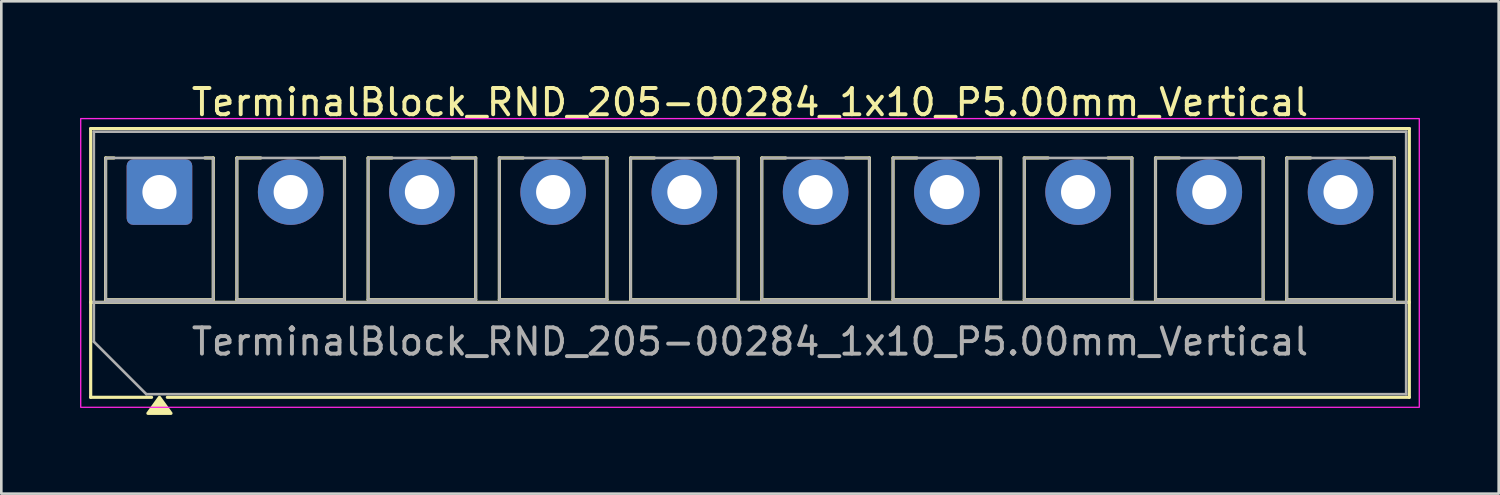
<source format=kicad_pcb>
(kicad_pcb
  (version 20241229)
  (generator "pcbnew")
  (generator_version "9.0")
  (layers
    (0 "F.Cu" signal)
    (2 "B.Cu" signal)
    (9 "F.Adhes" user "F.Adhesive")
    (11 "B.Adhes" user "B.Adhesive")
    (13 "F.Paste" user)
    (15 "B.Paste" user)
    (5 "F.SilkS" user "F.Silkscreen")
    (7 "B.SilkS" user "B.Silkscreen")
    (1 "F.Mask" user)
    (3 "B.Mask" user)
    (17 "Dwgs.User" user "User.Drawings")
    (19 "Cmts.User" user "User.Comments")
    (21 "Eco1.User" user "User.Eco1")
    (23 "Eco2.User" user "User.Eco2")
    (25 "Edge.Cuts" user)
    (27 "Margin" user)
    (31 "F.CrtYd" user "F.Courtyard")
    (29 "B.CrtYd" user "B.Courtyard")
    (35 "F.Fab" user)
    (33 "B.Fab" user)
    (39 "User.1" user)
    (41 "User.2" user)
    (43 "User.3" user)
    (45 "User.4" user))
  (footprint "TerminalBlock_RND_205-00284_1x10_P5.00mm_Vertical"
    (layer "F.Cu")
    (at 3.025 4.268)
    (property "Reference" "TerminalBlock_RND_205-00284_1x10_P5.00mm_Vertical" (at 22.5 -3.42 0) (layer "F.SilkS") (effects (font (size 1 1) (thickness 0.15))))
    (attr through_hole)
    (fp_line (start -2.62 -2.42) (end 47.62 -2.42) (stroke (width 0.12) (type solid)) (layer "F.SilkS"))
    (fp_line (start -2.62 4.2) (end 47.62 4.2) (stroke (width 0.12) (type solid)) (layer "F.SilkS"))
    (fp_line (start -2.62 7.82) (end -2.62 -2.42) (stroke (width 0.12) (type solid)) (layer "F.SilkS"))
    (fp_line (start -2.05 -1.3) (end -1.73 -1.3) (stroke (width 0.12) (type solid)) (layer "F.SilkS"))
    (fp_line (start -2.05 4.1) (end -2.05 -1.3) (stroke (width 0.12) (type solid)) (layer "F.SilkS"))
    (fp_line (start -0.3 7.82) (end -2.62 7.82) (stroke (width 0.12) (type solid)) (layer "F.SilkS"))
    (fp_line (start 1.73 -1.3) (end 2.05 -1.3) (stroke (width 0.12) (type solid)) (layer "F.SilkS"))
    (fp_line (start 2.05 -1.3) (end 2.05 4.1) (stroke (width 0.12) (type solid)) (layer "F.SilkS"))
    (fp_line (start 2.05 4.1) (end -2.05 4.1) (stroke (width 0.12) (type solid)) (layer "F.SilkS"))
    (fp_line (start 2.95 -1.3) (end 3.859 -1.3) (stroke (width 0.12) (type solid)) (layer "F.SilkS"))
    (fp_line (start 2.95 4.1) (end 2.95 -1.3) (stroke (width 0.12) (type solid)) (layer "F.SilkS"))
    (fp_line (start 6.141 -1.3) (end 7.05 -1.3) (stroke (width 0.12) (type solid)) (layer "F.SilkS"))
    (fp_line (start 7.05 -1.3) (end 7.05 4.1) (stroke (width 0.12) (type solid)) (layer "F.SilkS"))
    (fp_line (start 7.05 4.1) (end 2.95 4.1) (stroke (width 0.12) (type solid)) (layer "F.SilkS"))
    (fp_line (start 7.95 -1.3) (end 8.859 -1.3) (stroke (width 0.12) (type solid)) (layer "F.SilkS"))
    (fp_line (start 7.95 4.1) (end 7.95 -1.3) (stroke (width 0.12) (type solid)) (layer "F.SilkS"))
    (fp_line (start 11.141 -1.3) (end 12.05 -1.3) (stroke (width 0.12) (type solid)) (layer "F.SilkS"))
    (fp_line (start 12.05 -1.3) (end 12.05 4.1) (stroke (width 0.12) (type solid)) (layer "F.SilkS"))
    (fp_line (start 12.05 4.1) (end 7.95 4.1) (stroke (width 0.12) (type solid)) (layer "F.SilkS"))
    (fp_line (start 12.95 -1.3) (end 13.859 -1.3) (stroke (width 0.12) (type solid)) (layer "F.SilkS"))
    (fp_line (start 12.95 4.1) (end 12.95 -1.3) (stroke (width 0.12) (type solid)) (layer "F.SilkS"))
    (fp_line (start 16.141 -1.3) (end 17.05 -1.3) (stroke (width 0.12) (type solid)) (layer "F.SilkS"))
    (fp_line (start 17.05 -1.3) (end 17.05 4.1) (stroke (width 0.12) (type solid)) (layer "F.SilkS"))
    (fp_line (start 17.05 4.1) (end 12.95 4.1) (stroke (width 0.12) (type solid)) (layer "F.SilkS"))
    (fp_line (start 17.95 -1.3) (end 18.859 -1.3) (stroke (width 0.12) (type solid)) (layer "F.SilkS"))
    (fp_line (start 17.95 4.1) (end 17.95 -1.3) (stroke (width 0.12) (type solid)) (layer "F.SilkS"))
    (fp_line (start 21.141 -1.3) (end 22.05 -1.3) (stroke (width 0.12) (type solid)) (layer "F.SilkS"))
    (fp_line (start 22.05 -1.3) (end 22.05 4.1) (stroke (width 0.12) (type solid)) (layer "F.SilkS"))
    (fp_line (start 22.05 4.1) (end 17.95 4.1) (stroke (width 0.12) (type solid)) (layer "F.SilkS"))
    (fp_line (start 22.95 -1.3) (end 23.859 -1.3) (stroke (width 0.12) (type solid)) (layer "F.SilkS"))
    (fp_line (start 22.95 4.1) (end 22.95 -1.3) (stroke (width 0.12) (type solid)) (layer "F.SilkS"))
    (fp_line (start 26.141 -1.3) (end 27.05 -1.3) (stroke (width 0.12) (type solid)) (layer "F.SilkS"))
    (fp_line (start 27.05 -1.3) (end 27.05 4.1) (stroke (width 0.12) (type solid)) (layer "F.SilkS"))
    (fp_line (start 27.05 4.1) (end 22.95 4.1) (stroke (width 0.12) (type solid)) (layer "F.SilkS"))
    (fp_line (start 27.95 -1.3) (end 28.859 -1.3) (stroke (width 0.12) (type solid)) (layer "F.SilkS"))
    (fp_line (start 27.95 4.1) (end 27.95 -1.3) (stroke (width 0.12) (type solid)) (layer "F.SilkS"))
    (fp_line (start 31.141 -1.3) (end 32.05 -1.3) (stroke (width 0.12) (type solid)) (layer "F.SilkS"))
    (fp_line (start 32.05 -1.3) (end 32.05 4.1) (stroke (width 0.12) (type solid)) (layer "F.SilkS"))
    (fp_line (start 32.05 4.1) (end 27.95 4.1) (stroke (width 0.12) (type solid)) (layer "F.SilkS"))
    (fp_line (start 32.95 -1.3) (end 33.859 -1.3) (stroke (width 0.12) (type solid)) (layer "F.SilkS"))
    (fp_line (start 32.95 4.1) (end 32.95 -1.3) (stroke (width 0.12) (type solid)) (layer "F.SilkS"))
    (fp_line (start 36.141 -1.3) (end 37.05 -1.3) (stroke (width 0.12) (type solid)) (layer "F.SilkS"))
    (fp_line (start 37.05 -1.3) (end 37.05 4.1) (stroke (width 0.12) (type solid)) (layer "F.SilkS"))
    (fp_line (start 37.05 4.1) (end 32.95 4.1) (stroke (width 0.12) (type solid)) (layer "F.SilkS"))
    (fp_line (start 37.95 -1.3) (end 38.859 -1.3) (stroke (width 0.12) (type solid)) (layer "F.SilkS"))
    (fp_line (start 37.95 4.1) (end 37.95 -1.3) (stroke (width 0.12) (type solid)) (layer "F.SilkS"))
    (fp_line (start 41.141 -1.3) (end 42.05 -1.3) (stroke (width 0.12) (type solid)) (layer "F.SilkS"))
    (fp_line (start 42.05 -1.3) (end 42.05 4.1) (stroke (width 0.12) (type solid)) (layer "F.SilkS"))
    (fp_line (start 42.05 4.1) (end 37.95 4.1) (stroke (width 0.12) (type solid)) (layer "F.SilkS"))
    (fp_line (start 42.95 -1.3) (end 43.859 -1.3) (stroke (width 0.12) (type solid)) (layer "F.SilkS"))
    (fp_line (start 42.95 4.1) (end 42.95 -1.3) (stroke (width 0.12) (type solid)) (layer "F.SilkS"))
    (fp_line (start 46.141 -1.3) (end 47.05 -1.3) (stroke (width 0.12) (type solid)) (layer "F.SilkS"))
    (fp_line (start 47.05 -1.3) (end 47.05 4.1) (stroke (width 0.12) (type solid)) (layer "F.SilkS"))
    (fp_line (start 47.05 4.1) (end 42.95 4.1) (stroke (width 0.12) (type solid)) (layer "F.SilkS"))
    (fp_line (start 47.62 -2.42) (end 47.62 7.82) (stroke (width 0.12) (type solid)) (layer "F.SilkS"))
    (fp_line (start 47.62 7.82) (end 0.3 7.82) (stroke (width 0.12) (type solid)) (layer "F.SilkS"))
    (fp_poly (pts (xy 0 7.82) (xy 0.44 8.43) (xy -0.44 8.43)) (stroke (width 0.12) (type solid)) (fill yes) (layer "F.SilkS"))
    (fp_rect (start -3 -2.8) (end 48 8.2) (stroke (width 0.05) (type solid)) (fill no) (layer "F.CrtYd"))
    (fp_line (start -2.5 -2.3) (end 47.5 -2.3) (stroke (width 0.1) (type solid)) (layer "F.Fab"))
    (fp_line (start -2.5 4.2) (end 47.5 4.2) (stroke (width 0.1) (type solid)) (layer "F.Fab"))
    (fp_line (start -2.5 5.7) (end -2.5 -2.3) (stroke (width 0.1) (type solid)) (layer "F.Fab"))
    (fp_line (start -0.5 7.7) (end -2.5 5.7) (stroke (width 0.1) (type solid)) (layer "F.Fab"))
    (fp_line (start 47.5 -2.3) (end 47.5 7.7) (stroke (width 0.1) (type solid)) (layer "F.Fab"))
    (fp_line (start 47.5 7.7) (end -0.5 7.7) (stroke (width 0.1) (type solid)) (layer "F.Fab"))
    (fp_rect (start -2.05 -1.3) (end 2.05 4.1) (stroke (width 0.1) (type solid)) (fill no) (layer "F.Fab"))
    (fp_rect (start 2.95 -1.3) (end 7.05 4.1) (stroke (width 0.1) (type solid)) (fill no) (layer "F.Fab"))
    (fp_rect (start 7.95 -1.3) (end 12.05 4.1) (stroke (width 0.1) (type solid)) (fill no) (layer "F.Fab"))
    (fp_rect (start 12.95 -1.3) (end 17.05 4.1) (stroke (width 0.1) (type solid)) (fill no) (layer "F.Fab"))
    (fp_rect (start 17.95 -1.3) (end 22.05 4.1) (stroke (width 0.1) (type solid)) (fill no) (layer "F.Fab"))
    (fp_rect (start 22.95 -1.3) (end 27.05 4.1) (stroke (width 0.1) (type solid)) (fill no) (layer "F.Fab"))
    (fp_rect (start 27.95 -1.3) (end 32.05 4.1) (stroke (width 0.1) (type solid)) (fill no) (layer "F.Fab"))
    (fp_rect (start 32.95 -1.3) (end 37.05 4.1) (stroke (width 0.1) (type solid)) (fill no) (layer "F.Fab"))
    (fp_rect (start 37.95 -1.3) (end 42.05 4.1) (stroke (width 0.1) (type solid)) (fill no) (layer "F.Fab"))
    (fp_rect (start 42.95 -1.3) (end 47.05 4.1) (stroke (width 0.1) (type solid)) (fill no) (layer "F.Fab"))
    (fp_text user "${REFERENCE}" (at 22.5 5.7 0) (layer "F.Fab") (effects (font (size 1 1) (thickness 0.15))))
    (pad "1" thru_hole roundrect (at 0 0) (size 2.5 2.5) (drill 1.3) (layers "*.Cu" "*.Mask") (roundrect_rratio 0.1))
    (pad "2" thru_hole circle (at 5 0) (size 2.5 2.5) (drill 1.3) (layers "*.Cu" "*.Mask"))
    (pad "3" thru_hole circle (at 10 0) (size 2.5 2.5) (drill 1.3) (layers "*.Cu" "*.Mask"))
    (pad "4" thru_hole circle (at 15 0) (size 2.5 2.5) (drill 1.3) (layers "*.Cu" "*.Mask"))
    (pad "5" thru_hole circle (at 20 0) (size 2.5 2.5) (drill 1.3) (layers "*.Cu" "*.Mask"))
    (pad "6" thru_hole circle (at 25 0) (size 2.5 2.5) (drill 1.3) (layers "*.Cu" "*.Mask"))
    (pad "7" thru_hole circle (at 30 0) (size 2.5 2.5) (drill 1.3) (layers "*.Cu" "*.Mask"))
    (pad "8" thru_hole circle (at 35 0) (size 2.5 2.5) (drill 1.3) (layers "*.Cu" "*.Mask"))
    (pad "9" thru_hole circle (at 40 0) (size 2.5 2.5) (drill 1.3) (layers "*.Cu" "*.Mask"))
    (pad "10" thru_hole circle (at 45 0) (size 2.5 2.5) (drill 1.3) (layers "*.Cu" "*.Mask")))
  (gr_rect
    (start -3 -3)
    (end 54.05 15.758)
    (stroke (width 0.1) (type default))
    (fill no)
    (layer "Edge.Cuts")))
</source>
